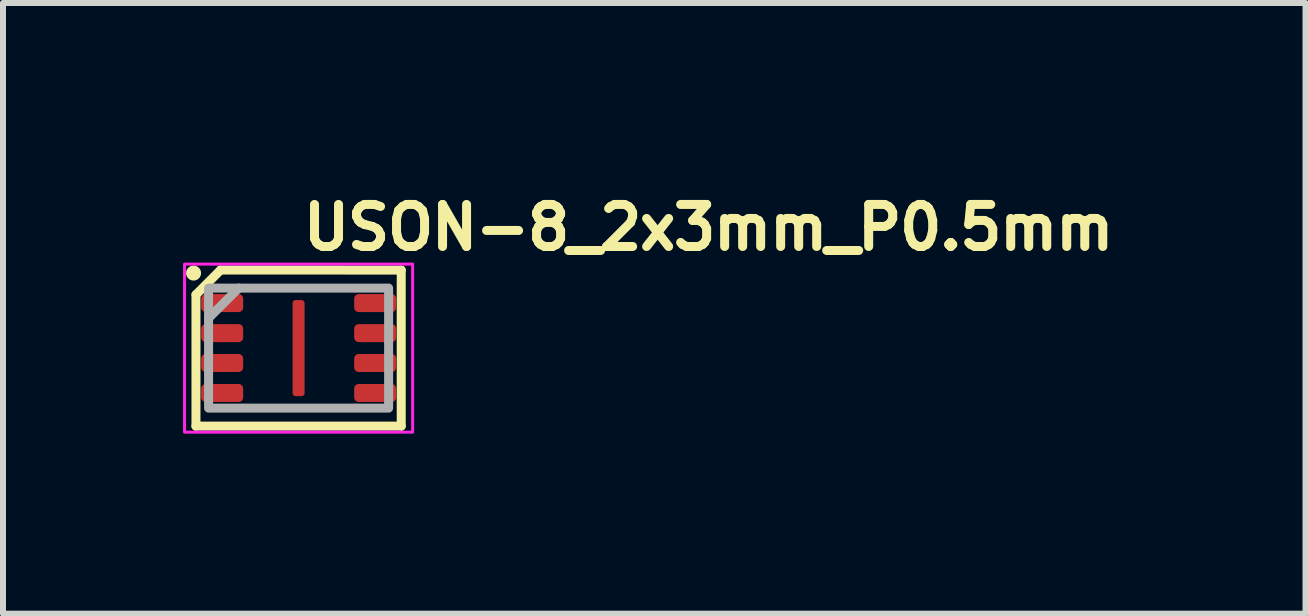
<source format=kicad_pcb>
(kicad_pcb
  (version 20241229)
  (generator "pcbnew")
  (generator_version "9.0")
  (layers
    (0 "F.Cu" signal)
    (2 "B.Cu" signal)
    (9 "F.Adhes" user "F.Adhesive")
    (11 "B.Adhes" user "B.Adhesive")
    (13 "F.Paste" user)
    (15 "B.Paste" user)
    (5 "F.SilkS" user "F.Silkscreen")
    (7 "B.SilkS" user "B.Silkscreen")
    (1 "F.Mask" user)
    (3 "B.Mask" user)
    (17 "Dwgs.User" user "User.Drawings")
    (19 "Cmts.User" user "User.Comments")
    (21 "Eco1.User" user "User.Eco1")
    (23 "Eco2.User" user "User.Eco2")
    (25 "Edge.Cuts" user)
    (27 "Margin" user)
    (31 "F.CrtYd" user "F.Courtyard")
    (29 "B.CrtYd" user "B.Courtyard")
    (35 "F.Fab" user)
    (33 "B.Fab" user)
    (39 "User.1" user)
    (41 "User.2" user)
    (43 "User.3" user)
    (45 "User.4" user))
  (footprint "USON-8_2x3mm_P0.5mm"
    (layer "F.Cu")
    (at 1.925 2.75)
    (property "Reference" "USON-8_2x3mm_P0.5mm" (at 0 -1.6 180) (layer "F.SilkS") (effects (font (size 0.7 0.7) (thickness 0.15)) (justify left bottom)))
    (attr smd)
    (fp_line (start -1.71 -0.89) (end -1.3 -1.301) (stroke (width 0.15) (type solid)) (layer "F.SilkS"))
    (fp_line (start -1.71 1.3) (end -1.71 -0.89) (stroke (width 0.15) (type solid)) (layer "F.SilkS"))
    (fp_line (start -1.3 -1.301) (end 1.71 -1.3) (stroke (width 0.15) (type solid)) (layer "F.SilkS"))
    (fp_line (start 1.71 -1.3) (end 1.71 1.3) (stroke (width 0.15) (type solid)) (layer "F.SilkS"))
    (fp_line (start 1.71 1.3) (end -1.71 1.3) (stroke (width 0.15) (type solid)) (layer "F.SilkS"))
    (fp_circle (center -1.75 -1.25) (end -1.7 -1.25) (stroke (width 0.15) (type solid)) (fill yes) (layer "F.SilkS"))
    (fp_rect (start 1.9 -1.4) (end -1.9 1.4) (stroke (width 0.05) (type solid)) (fill no) (layer "F.CrtYd"))
    (fp_line (start -1.499 -0.5) (end -0.998 -1) (stroke (width 0.15) (type solid)) (layer "F.Fab"))
    (fp_rect (start 1.5 1) (end -1.5 -1) (stroke (width 0.15) (type solid)) (fill no) (layer "F.Fab"))
    (fp_rect (start 1.5 -1) (end -1.5 1) (stroke (width 0.1) (type solid)) (fill no) (layer "User.5"))
    (fp_line (start -1.5 -0.998) (end -1.5 1) (stroke (width 0.02) (type solid)) (layer "User.9"))
    (fp_line (start -1.5 1) (end 1.499 1) (stroke (width 0.02) (type solid)) (layer "User.9"))
    (fp_line (start -1.325 -0.715) (end -1.325 -0.707) (stroke (width 0.02) (type solid)) (layer "User.9"))
    (fp_line (start -1.325 -0.715) (end -1.325 -0.707) (stroke (width 0.02) (type solid)) (layer "User.9"))
    (fp_line (start -1.325 -0.707) (end -1.325 -0.699) (stroke (width 0.02) (type solid)) (layer "User.9"))
    (fp_line (start -1.325 -0.707) (end -1.325 -0.699) (stroke (width 0.02) (type solid)) (layer "User.9"))
    (fp_line (start -1.325 -0.699) (end -1.325 -0.691) (stroke (width 0.02) (type solid)) (layer "User.9"))
    (fp_line (start -1.325 -0.699) (end -1.325 -0.691) (stroke (width 0.02) (type solid)) (layer "User.9"))
    (fp_line (start -1.325 -0.691) (end -1.325 -0.683) (stroke (width 0.02) (type solid)) (layer "User.9"))
    (fp_line (start -1.325 -0.691) (end -1.325 -0.683) (stroke (width 0.02) (type solid)) (layer "User.9"))
    (fp_line (start -1.325 -0.683) (end -1.323 -0.675) (stroke (width 0.02) (type solid)) (layer "User.9"))
    (fp_line (start -1.325 -0.683) (end -1.323 -0.675) (stroke (width 0.02) (type solid)) (layer "User.9"))
    (fp_line (start -1.323 -0.723) (end -1.325 -0.715) (stroke (width 0.02) (type solid)) (layer "User.9"))
    (fp_line (start -1.323 -0.723) (end -1.325 -0.715) (stroke (width 0.02) (type solid)) (layer "User.9"))
    (fp_line (start -1.323 -0.675) (end -1.321 -0.667) (stroke (width 0.02) (type solid)) (layer "User.9"))
    (fp_line (start -1.323 -0.675) (end -1.321 -0.667) (stroke (width 0.02) (type solid)) (layer "User.9"))
    (fp_line (start -1.321 -0.731) (end -1.323 -0.723) (stroke (width 0.02) (type solid)) (layer "User.9"))
    (fp_line (start -1.321 -0.731) (end -1.323 -0.723) (stroke (width 0.02) (type solid)) (layer "User.9"))
    (fp_line (start -1.321 -0.667) (end -1.319 -0.66) (stroke (width 0.02) (type solid)) (layer "User.9"))
    (fp_line (start -1.321 -0.667) (end -1.319 -0.66) (stroke (width 0.02) (type solid)) (layer "User.9"))
    (fp_line (start -1.319 -0.738) (end -1.321 -0.731) (stroke (width 0.02) (type solid)) (layer "User.9"))
    (fp_line (start -1.319 -0.738) (end -1.321 -0.731) (stroke (width 0.02) (type solid)) (layer "User.9"))
    (fp_line (start -1.319 -0.66) (end -1.317 -0.652) (stroke (width 0.02) (type solid)) (layer "User.9"))
    (fp_line (start -1.319 -0.66) (end -1.317 -0.652) (stroke (width 0.02) (type solid)) (layer "User.9"))
    (fp_line (start -1.317 -0.746) (end -1.319 -0.738) (stroke (width 0.02) (type solid)) (layer "User.9"))
    (fp_line (start -1.317 -0.746) (end -1.319 -0.738) (stroke (width 0.02) (type solid)) (layer "User.9"))
    (fp_line (start -1.317 -0.652) (end -1.313 -0.644) (stroke (width 0.02) (type solid)) (layer "User.9"))
    (fp_line (start -1.317 -0.652) (end -1.313 -0.644) (stroke (width 0.02) (type solid)) (layer "User.9"))
    (fp_line (start -1.313 -0.754) (end -1.317 -0.746) (stroke (width 0.02) (type solid)) (layer "User.9"))
    (fp_line (start -1.313 -0.754) (end -1.317 -0.746) (stroke (width 0.02) (type solid)) (layer "User.9"))
    (fp_line (start -1.313 -0.644) (end -1.309 -0.636) (stroke (width 0.02) (type solid)) (layer "User.9"))
    (fp_line (start -1.313 -0.644) (end -1.309 -0.636) (stroke (width 0.02) (type solid)) (layer "User.9"))
    (fp_line (start -1.309 -0.761) (end -1.313 -0.754) (stroke (width 0.02) (type solid)) (layer "User.9"))
    (fp_line (start -1.309 -0.761) (end -1.313 -0.754) (stroke (width 0.02) (type solid)) (layer "User.9"))
    (fp_line (start -1.309 -0.761) (end -1.309 -0.761) (stroke (width 0.02) (type solid)) (layer "User.9"))
    (fp_line (start -1.309 -0.761) (end -1.309 -0.761) (stroke (width 0.02) (type solid)) (layer "User.9"))
    (fp_line (start -1.309 -0.636) (end -1.309 -0.636) (stroke (width 0.02) (type solid)) (layer "User.9"))
    (fp_line (start -1.309 -0.636) (end -1.309 -0.636) (stroke (width 0.02) (type solid)) (layer "User.9"))
    (fp_line (start -1.309 -0.636) (end -1.307 -0.632) (stroke (width 0.02) (type solid)) (layer "User.9"))
    (fp_line (start -1.309 -0.636) (end -1.307 -0.632) (stroke (width 0.02) (type solid)) (layer "User.9"))
    (fp_line (start -1.307 -0.632) (end -1.305 -0.629) (stroke (width 0.02) (type solid)) (layer "User.9"))
    (fp_line (start -1.307 -0.632) (end -1.305 -0.629) (stroke (width 0.02) (type solid)) (layer "User.9"))
    (fp_line (start -1.305 -0.769) (end -1.309 -0.761) (stroke (width 0.02) (type solid)) (layer "User.9"))
    (fp_line (start -1.305 -0.769) (end -1.309 -0.761) (stroke (width 0.02) (type solid)) (layer "User.9"))
    (fp_line (start -1.305 -0.629) (end -1.303 -0.626) (stroke (width 0.02) (type solid)) (layer "User.9"))
    (fp_line (start -1.305 -0.629) (end -1.303 -0.626) (stroke (width 0.02) (type solid)) (layer "User.9"))
    (fp_line (start -1.303 -0.626) (end -1.301 -0.622) (stroke (width 0.02) (type solid)) (layer "User.9"))
    (fp_line (start -1.303 -0.626) (end -1.301 -0.622) (stroke (width 0.02) (type solid)) (layer "User.9"))
    (fp_line (start -1.301 -0.776) (end -1.305 -0.769) (stroke (width 0.02) (type solid)) (layer "User.9"))
    (fp_line (start -1.301 -0.776) (end -1.305 -0.769) (stroke (width 0.02) (type solid)) (layer "User.9"))
    (fp_line (start -1.301 -0.622) (end -1.297 -0.619) (stroke (width 0.02) (type solid)) (layer "User.9"))
    (fp_line (start -1.301 -0.622) (end -1.297 -0.619) (stroke (width 0.02) (type solid)) (layer "User.9"))
    (fp_line (start -1.297 -0.619) (end -1.295 -0.616) (stroke (width 0.02) (type solid)) (layer "User.9"))
    (fp_line (start -1.297 -0.619) (end -1.295 -0.616) (stroke (width 0.02) (type solid)) (layer "User.9"))
    (fp_line (start -1.295 -0.782) (end -1.301 -0.776) (stroke (width 0.02) (type solid)) (layer "User.9"))
    (fp_line (start -1.295 -0.782) (end -1.301 -0.776) (stroke (width 0.02) (type solid)) (layer "User.9"))
    (fp_line (start -1.295 -0.616) (end -1.293 -0.613) (stroke (width 0.02) (type solid)) (layer "User.9"))
    (fp_line (start -1.295 -0.616) (end -1.293 -0.613) (stroke (width 0.02) (type solid)) (layer "User.9"))
    (fp_line (start -1.293 -0.613) (end -1.289 -0.61) (stroke (width 0.02) (type solid)) (layer "User.9"))
    (fp_line (start -1.293 -0.613) (end -1.289 -0.61) (stroke (width 0.02) (type solid)) (layer "User.9"))
    (fp_line (start -1.289 -0.788) (end -1.295 -0.782) (stroke (width 0.02) (type solid)) (layer "User.9"))
    (fp_line (start -1.289 -0.788) (end -1.295 -0.782) (stroke (width 0.02) (type solid)) (layer "User.9"))
    (fp_line (start -1.289 -0.61) (end -1.287 -0.607) (stroke (width 0.02) (type solid)) (layer "User.9"))
    (fp_line (start -1.289 -0.61) (end -1.287 -0.607) (stroke (width 0.02) (type solid)) (layer "User.9"))
    (fp_line (start -1.287 -0.607) (end -1.283 -0.604) (stroke (width 0.02) (type solid)) (layer "User.9"))
    (fp_line (start -1.287 -0.607) (end -1.283 -0.604) (stroke (width 0.02) (type solid)) (layer "User.9"))
    (fp_line (start -1.283 -0.794) (end -1.289 -0.788) (stroke (width 0.02) (type solid)) (layer "User.9"))
    (fp_line (start -1.283 -0.794) (end -1.289 -0.788) (stroke (width 0.02) (type solid)) (layer "User.9"))
    (fp_line (start -1.283 -0.604) (end -1.28 -0.602) (stroke (width 0.02) (type solid)) (layer "User.9"))
    (fp_line (start -1.283 -0.604) (end -1.28 -0.602) (stroke (width 0.02) (type solid)) (layer "User.9"))
    (fp_line (start -1.28 -0.602) (end -1.276 -0.599) (stroke (width 0.02) (type solid)) (layer "User.9"))
    (fp_line (start -1.28 -0.602) (end -1.276 -0.599) (stroke (width 0.02) (type solid)) (layer "User.9"))
    (fp_line (start -1.276 -0.799) (end -1.283 -0.794) (stroke (width 0.02) (type solid)) (layer "User.9"))
    (fp_line (start -1.276 -0.799) (end -1.283 -0.794) (stroke (width 0.02) (type solid)) (layer "User.9"))
    (fp_line (start -1.276 -0.599) (end -1.274 -0.597) (stroke (width 0.02) (type solid)) (layer "User.9"))
    (fp_line (start -1.276 -0.599) (end -1.274 -0.597) (stroke (width 0.02) (type solid)) (layer "User.9"))
    (fp_line (start -1.274 -0.597) (end -1.27 -0.595) (stroke (width 0.02) (type solid)) (layer "User.9"))
    (fp_line (start -1.274 -0.597) (end -1.27 -0.595) (stroke (width 0.02) (type solid)) (layer "User.9"))
    (fp_line (start -1.27 -0.803) (end -1.276 -0.799) (stroke (width 0.02) (type solid)) (layer "User.9"))
    (fp_line (start -1.27 -0.803) (end -1.276 -0.799) (stroke (width 0.02) (type solid)) (layer "User.9"))
    (fp_line (start -1.27 -0.595) (end -1.266 -0.592) (stroke (width 0.02) (type solid)) (layer "User.9"))
    (fp_line (start -1.27 -0.595) (end -1.266 -0.592) (stroke (width 0.02) (type solid)) (layer "User.9"))
    (fp_line (start -1.266 -0.592) (end -1.264 -0.59) (stroke (width 0.02) (type solid)) (layer "User.9"))
    (fp_line (start -1.266 -0.592) (end -1.264 -0.59) (stroke (width 0.02) (type solid)) (layer "User.9"))
    (fp_line (start -1.264 -0.808) (end -1.27 -0.803) (stroke (width 0.02) (type solid)) (layer "User.9"))
    (fp_line (start -1.264 -0.808) (end -1.27 -0.803) (stroke (width 0.02) (type solid)) (layer "User.9"))
    (fp_line (start -1.264 -0.59) (end -1.26 -0.588) (stroke (width 0.02) (type solid)) (layer "User.9"))
    (fp_line (start -1.264 -0.59) (end -1.26 -0.588) (stroke (width 0.02) (type solid)) (layer "User.9"))
    (fp_line (start -1.26 -0.588) (end -1.256 -0.586) (stroke (width 0.02) (type solid)) (layer "User.9"))
    (fp_line (start -1.26 -0.588) (end -1.256 -0.586) (stroke (width 0.02) (type solid)) (layer "User.9"))
    (fp_line (start -1.256 -0.812) (end -1.264 -0.808) (stroke (width 0.02) (type solid)) (layer "User.9"))
    (fp_line (start -1.256 -0.812) (end -1.264 -0.808) (stroke (width 0.02) (type solid)) (layer "User.9"))
    (fp_line (start -1.256 -0.586) (end -1.252 -0.585) (stroke (width 0.02) (type solid)) (layer "User.9"))
    (fp_line (start -1.256 -0.586) (end -1.252 -0.585) (stroke (width 0.02) (type solid)) (layer "User.9"))
    (fp_line (start -1.252 -0.585) (end -1.248 -0.583) (stroke (width 0.02) (type solid)) (layer "User.9"))
    (fp_line (start -1.252 -0.585) (end -1.248 -0.583) (stroke (width 0.02) (type solid)) (layer "User.9"))
    (fp_line (start -1.248 -0.815) (end -1.256 -0.812) (stroke (width 0.02) (type solid)) (layer "User.9"))
    (fp_line (start -1.248 -0.815) (end -1.256 -0.812) (stroke (width 0.02) (type solid)) (layer "User.9"))
    (fp_line (start -1.248 -0.583) (end -1.246 -0.582) (stroke (width 0.02) (type solid)) (layer "User.9"))
    (fp_line (start -1.248 -0.583) (end -1.246 -0.582) (stroke (width 0.02) (type solid)) (layer "User.9"))
    (fp_line (start -1.246 -0.582) (end -1.242 -0.58) (stroke (width 0.02) (type solid)) (layer "User.9"))
    (fp_line (start -1.246 -0.582) (end -1.242 -0.58) (stroke (width 0.02) (type solid)) (layer "User.9"))
    (fp_line (start -1.242 -0.818) (end -1.248 -0.815) (stroke (width 0.02) (type solid)) (layer "User.9"))
    (fp_line (start -1.242 -0.818) (end -1.248 -0.815) (stroke (width 0.02) (type solid)) (layer "User.9"))
    (fp_line (start -1.242 -0.58) (end -1.238 -0.579) (stroke (width 0.02) (type solid)) (layer "User.9"))
    (fp_line (start -1.242 -0.58) (end -1.238 -0.579) (stroke (width 0.02) (type solid)) (layer "User.9"))
    (fp_line (start -1.238 -0.579) (end -1.234 -0.578) (stroke (width 0.02) (type solid)) (layer "User.9"))
    (fp_line (start -1.238 -0.579) (end -1.234 -0.578) (stroke (width 0.02) (type solid)) (layer "User.9"))
    (fp_line (start -1.234 -0.82) (end -1.242 -0.818) (stroke (width 0.02) (type solid)) (layer "User.9"))
    (fp_line (start -1.234 -0.82) (end -1.242 -0.818) (stroke (width 0.02) (type solid)) (layer "User.9"))
    (fp_line (start -1.234 -0.578) (end -1.23 -0.577) (stroke (width 0.02) (type solid)) (layer "User.9"))
    (fp_line (start -1.234 -0.578) (end -1.23 -0.577) (stroke (width 0.02) (type solid)) (layer "User.9"))
    (fp_line (start -1.23 -0.577) (end -1.226 -0.576) (stroke (width 0.02) (type solid)) (layer "User.9"))
    (fp_line (start -1.23 -0.577) (end -1.226 -0.576) (stroke (width 0.02) (type solid)) (layer "User.9"))
    (fp_line (start -1.226 -0.822) (end -1.234 -0.82) (stroke (width 0.02) (type solid)) (layer "User.9"))
    (fp_line (start -1.226 -0.822) (end -1.234 -0.82) (stroke (width 0.02) (type solid)) (layer "User.9"))
    (fp_line (start -1.226 -0.576) (end -1.222 -0.576) (stroke (width 0.02) (type solid)) (layer "User.9"))
    (fp_line (start -1.226 -0.576) (end -1.222 -0.576) (stroke (width 0.02) (type solid)) (layer "User.9"))
    (fp_line (start -1.222 -0.576) (end -1.218 -0.576) (stroke (width 0.02) (type solid)) (layer "User.9"))
    (fp_line (start -1.222 -0.576) (end -1.218 -0.576) (stroke (width 0.02) (type solid)) (layer "User.9"))
    (fp_line (start -1.218 -0.823) (end -1.226 -0.822) (stroke (width 0.02) (type solid)) (layer "User.9"))
    (fp_line (start -1.218 -0.823) (end -1.226 -0.822) (stroke (width 0.02) (type solid)) (layer "User.9"))
    (fp_line (start -1.218 -0.576) (end -1.214 -0.575) (stroke (width 0.02) (type solid)) (layer "User.9"))
    (fp_line (start -1.218 -0.576) (end -1.214 -0.575) (stroke (width 0.02) (type solid)) (layer "User.9"))
    (fp_line (start -1.214 -0.575) (end -1.21 -0.575) (stroke (width 0.02) (type solid)) (layer "User.9"))
    (fp_line (start -1.214 -0.575) (end -1.21 -0.575) (stroke (width 0.02) (type solid)) (layer "User.9"))
    (fp_line (start -1.21 -0.824) (end -1.218 -0.823) (stroke (width 0.02) (type solid)) (layer "User.9"))
    (fp_line (start -1.21 -0.824) (end -1.218 -0.823) (stroke (width 0.02) (type solid)) (layer "User.9"))
    (fp_line (start -1.21 -0.575) (end -1.206 -0.575) (stroke (width 0.02) (type solid)) (layer "User.9"))
    (fp_line (start -1.21 -0.575) (end -1.206 -0.575) (stroke (width 0.02) (type solid)) (layer "User.9"))
    (fp_line (start -1.206 -0.575) (end -1.2 -0.574) (stroke (width 0.02) (type solid)) (layer "User.9"))
    (fp_line (start -1.206 -0.575) (end -1.2 -0.574) (stroke (width 0.02) (type solid)) (layer "User.9"))
    (fp_line (start -1.2 -0.824) (end -1.21 -0.824) (stroke (width 0.02) (type solid)) (layer "User.9"))
    (fp_line (start -1.2 -0.824) (end -1.21 -0.824) (stroke (width 0.02) (type solid)) (layer "User.9"))
    (fp_line (start -1.2 -0.574) (end -1.192 -0.575) (stroke (width 0.02) (type solid)) (layer "User.9"))
    (fp_line (start -1.2 -0.574) (end -1.192 -0.575) (stroke (width 0.02) (type solid)) (layer "User.9"))
    (fp_line (start -1.196 -0.824) (end -1.2 -0.824) (stroke (width 0.02) (type solid)) (layer "User.9"))
    (fp_line (start -1.196 -0.824) (end -1.2 -0.824) (stroke (width 0.02) (type solid)) (layer "User.9"))
    (fp_line (start -1.192 -0.824) (end -1.196 -0.824) (stroke (width 0.02) (type solid)) (layer "User.9"))
    (fp_line (start -1.192 -0.824) (end -1.196 -0.824) (stroke (width 0.02) (type solid)) (layer "User.9"))
    (fp_line (start -1.192 -0.575) (end -1.184 -0.576) (stroke (width 0.02) (type solid)) (layer "User.9"))
    (fp_line (start -1.192 -0.575) (end -1.184 -0.576) (stroke (width 0.02) (type solid)) (layer "User.9"))
    (fp_line (start -1.188 -0.824) (end -1.192 -0.824) (stroke (width 0.02) (type solid)) (layer "User.9"))
    (fp_line (start -1.188 -0.824) (end -1.192 -0.824) (stroke (width 0.02) (type solid)) (layer "User.9"))
    (fp_line (start -1.184 -0.823) (end -1.188 -0.824) (stroke (width 0.02) (type solid)) (layer "User.9"))
    (fp_line (start -1.184 -0.823) (end -1.188 -0.824) (stroke (width 0.02) (type solid)) (layer "User.9"))
    (fp_line (start -1.184 -0.576) (end -1.176 -0.576) (stroke (width 0.02) (type solid)) (layer "User.9"))
    (fp_line (start -1.184 -0.576) (end -1.176 -0.576) (stroke (width 0.02) (type solid)) (layer "User.9"))
    (fp_line (start -1.18 -0.823) (end -1.184 -0.823) (stroke (width 0.02) (type solid)) (layer "User.9"))
    (fp_line (start -1.18 -0.823) (end -1.184 -0.823) (stroke (width 0.02) (type solid)) (layer "User.9"))
    (fp_line (start -1.176 -0.822) (end -1.18 -0.823) (stroke (width 0.02) (type solid)) (layer "User.9"))
    (fp_line (start -1.176 -0.822) (end -1.18 -0.823) (stroke (width 0.02) (type solid)) (layer "User.9"))
    (fp_line (start -1.176 -0.576) (end -1.168 -0.578) (stroke (width 0.02) (type solid)) (layer "User.9"))
    (fp_line (start -1.176 -0.576) (end -1.168 -0.578) (stroke (width 0.02) (type solid)) (layer "User.9"))
    (fp_line (start -1.172 -0.821) (end -1.176 -0.822) (stroke (width 0.02) (type solid)) (layer "User.9"))
    (fp_line (start -1.172 -0.821) (end -1.176 -0.822) (stroke (width 0.02) (type solid)) (layer "User.9"))
    (fp_line (start -1.168 -0.82) (end -1.172 -0.821) (stroke (width 0.02) (type solid)) (layer "User.9"))
    (fp_line (start -1.168 -0.82) (end -1.172 -0.821) (stroke (width 0.02) (type solid)) (layer "User.9"))
    (fp_line (start -1.168 -0.578) (end -1.16 -0.58) (stroke (width 0.02) (type solid)) (layer "User.9"))
    (fp_line (start -1.168 -0.578) (end -1.16 -0.58) (stroke (width 0.02) (type solid)) (layer "User.9"))
    (fp_line (start -1.164 -0.819) (end -1.168 -0.82) (stroke (width 0.02) (type solid)) (layer "User.9"))
    (fp_line (start -1.164 -0.819) (end -1.168 -0.82) (stroke (width 0.02) (type solid)) (layer "User.9"))
    (fp_line (start -1.16 -0.818) (end -1.164 -0.819) (stroke (width 0.02) (type solid)) (layer "User.9"))
    (fp_line (start -1.16 -0.818) (end -1.164 -0.819) (stroke (width 0.02) (type solid)) (layer "User.9"))
    (fp_line (start -1.16 -0.58) (end -1.154 -0.583) (stroke (width 0.02) (type solid)) (layer "User.9"))
    (fp_line (start -1.16 -0.58) (end -1.154 -0.583) (stroke (width 0.02) (type solid)) (layer "User.9"))
    (fp_line (start -1.156 -0.816) (end -1.16 -0.818) (stroke (width 0.02) (type solid)) (layer "User.9"))
    (fp_line (start -1.156 -0.816) (end -1.16 -0.818) (stroke (width 0.02) (type solid)) (layer "User.9"))
    (fp_line (start -1.154 -0.815) (end -1.156 -0.816) (stroke (width 0.02) (type solid)) (layer "User.9"))
    (fp_line (start -1.154 -0.815) (end -1.156 -0.816) (stroke (width 0.02) (type solid)) (layer "User.9"))
    (fp_line (start -1.154 -0.583) (end -1.145 -0.586) (stroke (width 0.02) (type solid)) (layer "User.9"))
    (fp_line (start -1.154 -0.583) (end -1.145 -0.586) (stroke (width 0.02) (type solid)) (layer "User.9"))
    (fp_line (start -1.149 -0.813) (end -1.154 -0.815) (stroke (width 0.02) (type solid)) (layer "User.9"))
    (fp_line (start -1.149 -0.813) (end -1.154 -0.815) (stroke (width 0.02) (type solid)) (layer "User.9"))
    (fp_line (start -1.145 -0.812) (end -1.149 -0.813) (stroke (width 0.02) (type solid)) (layer "User.9"))
    (fp_line (start -1.145 -0.812) (end -1.149 -0.813) (stroke (width 0.02) (type solid)) (layer "User.9"))
    (fp_line (start -1.145 -0.586) (end -1.139 -0.59) (stroke (width 0.02) (type solid)) (layer "User.9"))
    (fp_line (start -1.145 -0.586) (end -1.139 -0.59) (stroke (width 0.02) (type solid)) (layer "User.9"))
    (fp_line (start -1.143 -0.81) (end -1.145 -0.812) (stroke (width 0.02) (type solid)) (layer "User.9"))
    (fp_line (start -1.143 -0.81) (end -1.145 -0.812) (stroke (width 0.02) (type solid)) (layer "User.9"))
    (fp_line (start -1.139 -0.808) (end -1.143 -0.81) (stroke (width 0.02) (type solid)) (layer "User.9"))
    (fp_line (start -1.139 -0.808) (end -1.143 -0.81) (stroke (width 0.02) (type solid)) (layer "User.9"))
    (fp_line (start -1.139 -0.59) (end -1.131 -0.595) (stroke (width 0.02) (type solid)) (layer "User.9"))
    (fp_line (start -1.139 -0.59) (end -1.131 -0.595) (stroke (width 0.02) (type solid)) (layer "User.9"))
    (fp_line (start -1.135 -0.806) (end -1.139 -0.808) (stroke (width 0.02) (type solid)) (layer "User.9"))
    (fp_line (start -1.135 -0.806) (end -1.139 -0.808) (stroke (width 0.02) (type solid)) (layer "User.9"))
    (fp_line (start -1.131 -0.803) (end -1.135 -0.806) (stroke (width 0.02) (type solid)) (layer "User.9"))
    (fp_line (start -1.131 -0.803) (end -1.135 -0.806) (stroke (width 0.02) (type solid)) (layer "User.9"))
    (fp_line (start -1.131 -0.595) (end -1.125 -0.599) (stroke (width 0.02) (type solid)) (layer "User.9"))
    (fp_line (start -1.131 -0.595) (end -1.125 -0.599) (stroke (width 0.02) (type solid)) (layer "User.9"))
    (fp_line (start -1.129 -0.801) (end -1.131 -0.803) (stroke (width 0.02) (type solid)) (layer "User.9"))
    (fp_line (start -1.129 -0.801) (end -1.131 -0.803) (stroke (width 0.02) (type solid)) (layer "User.9"))
    (fp_line (start -1.125 -0.799) (end -1.129 -0.801) (stroke (width 0.02) (type solid)) (layer "User.9"))
    (fp_line (start -1.125 -0.799) (end -1.129 -0.801) (stroke (width 0.02) (type solid)) (layer "User.9"))
    (fp_line (start -1.125 -0.599) (end -1.119 -0.604) (stroke (width 0.02) (type solid)) (layer "User.9"))
    (fp_line (start -1.125 -0.599) (end -1.119 -0.604) (stroke (width 0.02) (type solid)) (layer "User.9"))
    (fp_line (start -1.121 -0.796) (end -1.125 -0.799) (stroke (width 0.02) (type solid)) (layer "User.9"))
    (fp_line (start -1.121 -0.796) (end -1.125 -0.799) (stroke (width 0.02) (type solid)) (layer "User.9"))
    (fp_line (start -1.119 -0.794) (end -1.121 -0.796) (stroke (width 0.02) (type solid)) (layer "User.9"))
    (fp_line (start -1.119 -0.794) (end -1.121 -0.796) (stroke (width 0.02) (type solid)) (layer "User.9"))
    (fp_line (start -1.119 -0.604) (end -1.113 -0.61) (stroke (width 0.02) (type solid)) (layer "User.9"))
    (fp_line (start -1.119 -0.604) (end -1.113 -0.61) (stroke (width 0.02) (type solid)) (layer "User.9"))
    (fp_line (start -1.115 -0.791) (end -1.119 -0.794) (stroke (width 0.02) (type solid)) (layer "User.9"))
    (fp_line (start -1.115 -0.791) (end -1.119 -0.794) (stroke (width 0.02) (type solid)) (layer "User.9"))
    (fp_line (start -1.113 -0.788) (end -1.115 -0.791) (stroke (width 0.02) (type solid)) (layer "User.9"))
    (fp_line (start -1.113 -0.788) (end -1.115 -0.791) (stroke (width 0.02) (type solid)) (layer "User.9"))
    (fp_line (start -1.113 -0.61) (end -1.107 -0.616) (stroke (width 0.02) (type solid)) (layer "User.9"))
    (fp_line (start -1.113 -0.61) (end -1.107 -0.616) (stroke (width 0.02) (type solid)) (layer "User.9"))
    (fp_line (start -1.109 -0.785) (end -1.113 -0.788) (stroke (width 0.02) (type solid)) (layer "User.9"))
    (fp_line (start -1.109 -0.785) (end -1.113 -0.788) (stroke (width 0.02) (type solid)) (layer "User.9"))
    (fp_line (start -1.107 -0.782) (end -1.109 -0.785) (stroke (width 0.02) (type solid)) (layer "User.9"))
    (fp_line (start -1.107 -0.782) (end -1.109 -0.785) (stroke (width 0.02) (type solid)) (layer "User.9"))
    (fp_line (start -1.107 -0.616) (end -1.101 -0.622) (stroke (width 0.02) (type solid)) (layer "User.9"))
    (fp_line (start -1.107 -0.616) (end -1.101 -0.622) (stroke (width 0.02) (type solid)) (layer "User.9"))
    (fp_line (start -1.105 -0.779) (end -1.107 -0.782) (stroke (width 0.02) (type solid)) (layer "User.9"))
    (fp_line (start -1.105 -0.779) (end -1.107 -0.782) (stroke (width 0.02) (type solid)) (layer "User.9"))
    (fp_line (start -1.101 -0.776) (end -1.105 -0.779) (stroke (width 0.02) (type solid)) (layer "User.9"))
    (fp_line (start -1.101 -0.776) (end -1.105 -0.779) (stroke (width 0.02) (type solid)) (layer "User.9"))
    (fp_line (start -1.101 -0.622) (end -1.097 -0.629) (stroke (width 0.02) (type solid)) (layer "User.9"))
    (fp_line (start -1.101 -0.622) (end -1.097 -0.629) (stroke (width 0.02) (type solid)) (layer "User.9"))
    (fp_line (start -1.099 -0.772) (end -1.101 -0.776) (stroke (width 0.02) (type solid)) (layer "User.9"))
    (fp_line (start -1.099 -0.772) (end -1.101 -0.776) (stroke (width 0.02) (type solid)) (layer "User.9"))
    (fp_line (start -1.097 -0.769) (end -1.099 -0.772) (stroke (width 0.02) (type solid)) (layer "User.9"))
    (fp_line (start -1.097 -0.769) (end -1.099 -0.772) (stroke (width 0.02) (type solid)) (layer "User.9"))
    (fp_line (start -1.097 -0.629) (end -1.093 -0.636) (stroke (width 0.02) (type solid)) (layer "User.9"))
    (fp_line (start -1.097 -0.629) (end -1.093 -0.636) (stroke (width 0.02) (type solid)) (layer "User.9"))
    (fp_line (start -1.095 -0.765) (end -1.097 -0.769) (stroke (width 0.02) (type solid)) (layer "User.9"))
    (fp_line (start -1.095 -0.765) (end -1.097 -0.769) (stroke (width 0.02) (type solid)) (layer "User.9"))
    (fp_line (start -1.093 -0.761) (end -1.095 -0.765) (stroke (width 0.02) (type solid)) (layer "User.9"))
    (fp_line (start -1.093 -0.761) (end -1.095 -0.765) (stroke (width 0.02) (type solid)) (layer "User.9"))
    (fp_line (start -1.093 -0.761) (end -1.093 -0.761) (stroke (width 0.02) (type solid)) (layer "User.9"))
    (fp_line (start -1.093 -0.761) (end -1.093 -0.761) (stroke (width 0.02) (type solid)) (layer "User.9"))
    (fp_line (start -1.093 -0.636) (end -1.093 -0.636) (stroke (width 0.02) (type solid)) (layer "User.9"))
    (fp_line (start -1.093 -0.636) (end -1.093 -0.636) (stroke (width 0.02) (type solid)) (layer "User.9"))
    (fp_line (start -1.093 -0.636) (end -1.089 -0.644) (stroke (width 0.02) (type solid)) (layer "User.9"))
    (fp_line (start -1.093 -0.636) (end -1.089 -0.644) (stroke (width 0.02) (type solid)) (layer "User.9"))
    (fp_line (start -1.089 -0.754) (end -1.093 -0.761) (stroke (width 0.02) (type solid)) (layer "User.9"))
    (fp_line (start -1.089 -0.754) (end -1.093 -0.761) (stroke (width 0.02) (type solid)) (layer "User.9"))
    (fp_line (start -1.089 -0.644) (end -1.085 -0.652) (stroke (width 0.02) (type solid)) (layer "User.9"))
    (fp_line (start -1.089 -0.644) (end -1.085 -0.652) (stroke (width 0.02) (type solid)) (layer "User.9"))
    (fp_line (start -1.085 -0.746) (end -1.089 -0.754) (stroke (width 0.02) (type solid)) (layer "User.9"))
    (fp_line (start -1.085 -0.746) (end -1.089 -0.754) (stroke (width 0.02) (type solid)) (layer "User.9"))
    (fp_line (start -1.085 -0.652) (end -1.083 -0.66) (stroke (width 0.02) (type solid)) (layer "User.9"))
    (fp_line (start -1.085 -0.652) (end -1.083 -0.66) (stroke (width 0.02) (type solid)) (layer "User.9"))
    (fp_line (start -1.083 -0.738) (end -1.085 -0.746) (stroke (width 0.02) (type solid)) (layer "User.9"))
    (fp_line (start -1.083 -0.738) (end -1.085 -0.746) (stroke (width 0.02) (type solid)) (layer "User.9"))
    (fp_line (start -1.083 -0.66) (end -1.081 -0.667) (stroke (width 0.02) (type solid)) (layer "User.9"))
    (fp_line (start -1.083 -0.66) (end -1.081 -0.667) (stroke (width 0.02) (type solid)) (layer "User.9"))
    (fp_line (start -1.081 -0.731) (end -1.083 -0.738) (stroke (width 0.02) (type solid)) (layer "User.9"))
    (fp_line (start -1.081 -0.731) (end -1.083 -0.738) (stroke (width 0.02) (type solid)) (layer "User.9"))
    (fp_line (start -1.081 -0.667) (end -1.079 -0.675) (stroke (width 0.02) (type solid)) (layer "User.9"))
    (fp_line (start -1.081 -0.667) (end -1.079 -0.675) (stroke (width 0.02) (type solid)) (layer "User.9"))
    (fp_line (start -1.079 -0.723) (end -1.081 -0.731) (stroke (width 0.02) (type solid)) (layer "User.9"))
    (fp_line (start -1.079 -0.723) (end -1.081 -0.731) (stroke (width 0.02) (type solid)) (layer "User.9"))
    (fp_line (start -1.079 -0.675) (end -1.077 -0.683) (stroke (width 0.02) (type solid)) (layer "User.9"))
    (fp_line (start -1.079 -0.675) (end -1.077 -0.683) (stroke (width 0.02) (type solid)) (layer "User.9"))
    (fp_line (start -1.077 -0.715) (end -1.079 -0.723) (stroke (width 0.02) (type solid)) (layer "User.9"))
    (fp_line (start -1.077 -0.715) (end -1.079 -0.723) (stroke (width 0.02) (type solid)) (layer "User.9"))
    (fp_line (start -1.077 -0.707) (end -1.077 -0.715) (stroke (width 0.02) (type solid)) (layer "User.9"))
    (fp_line (start -1.077 -0.707) (end -1.077 -0.715) (stroke (width 0.02) (type solid)) (layer "User.9"))
    (fp_line (start -1.077 -0.691) (end -1.075 -0.699) (stroke (width 0.02) (type solid)) (layer "User.9"))
    (fp_line (start -1.077 -0.691) (end -1.075 -0.699) (stroke (width 0.02) (type solid)) (layer "User.9"))
    (fp_line (start -1.077 -0.683) (end -1.077 -0.691) (stroke (width 0.02) (type solid)) (layer "User.9"))
    (fp_line (start -1.077 -0.683) (end -1.077 -0.691) (stroke (width 0.02) (type solid)) (layer "User.9"))
    (fp_line (start -1.075 -0.699) (end -1.077 -0.707) (stroke (width 0.02) (type solid)) (layer "User.9"))
    (fp_line (start -1.075 -0.699) (end -1.077 -0.707) (stroke (width 0.02) (type solid)) (layer "User.9"))
    (fp_line (start 1.499 -0.998) (end -1.5 -0.998) (stroke (width 0.02) (type solid)) (layer "User.9"))
    (fp_line (start 1.499 1) (end 1.499 -0.998) (stroke (width 0.02) (type solid)) (layer "User.9"))
    (pad "1" smd roundrect (at -1.273 -0.75 270) (size 0.3 0.7) (layers "F.Cu" "F.Mask" "F.Paste") (roundrect_rratio 0.25))
    (pad "2" smd roundrect (at -1.273 -0.25 270) (size 0.3 0.7) (layers "F.Cu" "F.Mask" "F.Paste") (roundrect_rratio 0.25))
    (pad "3" smd roundrect (at -1.273 0.248 270) (size 0.3 0.7) (layers "F.Cu" "F.Mask" "F.Paste") (roundrect_rratio 0.25))
    (pad "4" smd roundrect (at -1.273 0.748 270) (size 0.3 0.7) (layers "F.Cu" "F.Mask" "F.Paste") (roundrect_rratio 0.25))
    (pad "5" smd roundrect (at 1.276 0.748 270) (size 0.3 0.7) (layers "F.Cu" "F.Mask" "F.Paste") (roundrect_rratio 0.25))
    (pad "6" smd roundrect (at 1.276 0.248 270) (size 0.3 0.7) (layers "F.Cu" "F.Mask" "F.Paste") (roundrect_rratio 0.25))
    (pad "7" smd roundrect (at 1.276 -0.25 270) (size 0.3 0.7) (layers "F.Cu" "F.Mask" "F.Paste") (roundrect_rratio 0.25))
    (pad "8" smd roundrect (at 1.276 -0.75 270) (size 0.3 0.7) (layers "F.Cu" "F.Mask" "F.Paste") (roundrect_rratio 0.25))
    (pad "EP" smd roundrect (at 0 0) (size 0.2 1.6) (layers "F.Cu" "F.Mask" "F.Paste") (roundrect_rratio 0.25)))
  (gr_rect
    (start -3 -3)
    (end 18.702 7.175)
    (stroke (width 0.1) (type default))
    (fill no)
    (layer "Edge.Cuts")))
</source>
